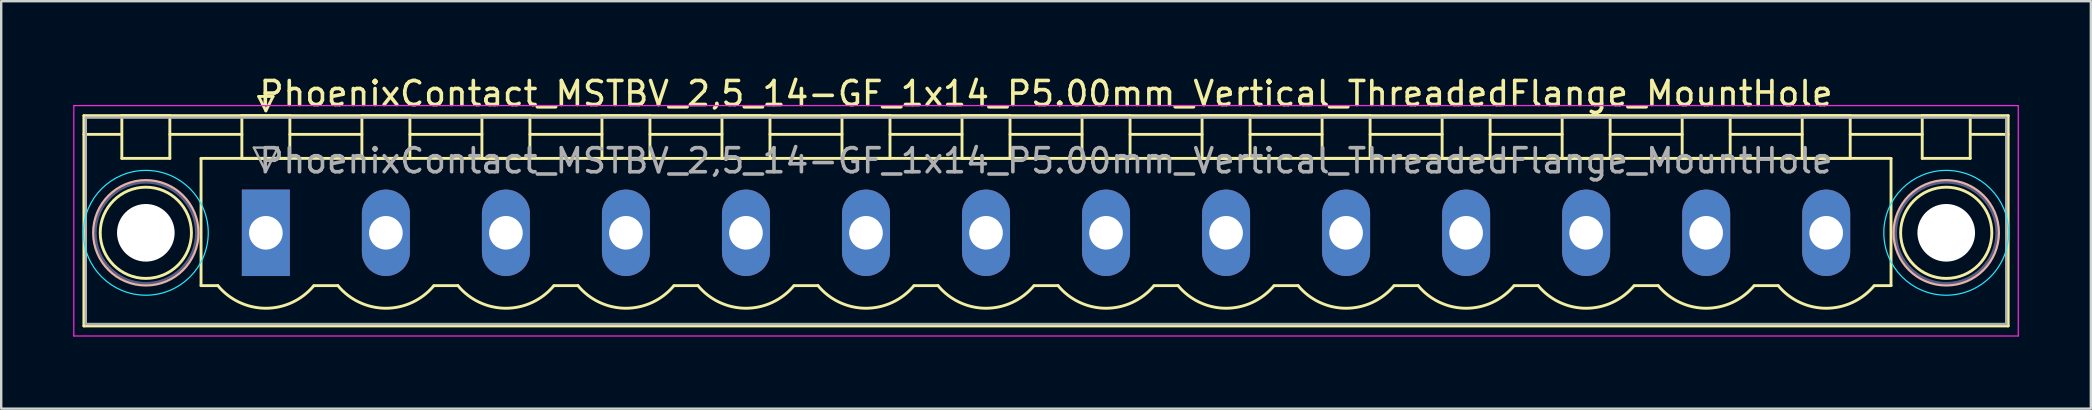
<source format=kicad_pcb>
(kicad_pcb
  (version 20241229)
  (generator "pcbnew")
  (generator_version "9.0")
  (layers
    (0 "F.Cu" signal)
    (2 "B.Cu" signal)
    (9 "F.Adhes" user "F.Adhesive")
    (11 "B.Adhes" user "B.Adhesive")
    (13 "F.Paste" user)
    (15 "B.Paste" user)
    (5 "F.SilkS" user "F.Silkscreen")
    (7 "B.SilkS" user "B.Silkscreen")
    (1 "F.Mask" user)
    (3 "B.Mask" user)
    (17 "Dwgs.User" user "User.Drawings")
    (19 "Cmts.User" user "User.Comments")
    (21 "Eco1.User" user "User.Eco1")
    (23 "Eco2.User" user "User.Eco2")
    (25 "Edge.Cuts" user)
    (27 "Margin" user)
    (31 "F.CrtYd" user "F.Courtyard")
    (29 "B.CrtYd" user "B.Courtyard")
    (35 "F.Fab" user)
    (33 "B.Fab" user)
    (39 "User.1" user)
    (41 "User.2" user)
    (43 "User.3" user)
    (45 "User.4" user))
  (footprint "PhoenixContact_MSTBV_2,5_14-GF_1x14_P5.00mm_Vertical_ThreadedFlange_MountHole"
    (layer "F.Cu")
    (at 8.025 6.648)
    (property "Reference" "PhoenixContact_MSTBV_2,5_14-GF_1x14_P5.00mm_Vertical_ThreadedFlange_MountHole" (at 32.5 -5.8 0) (layer "F.SilkS") (effects (font (size 1 1) (thickness 0.15))))
    (attr through_hole)
    (fp_line (start -7.58 -4.88) (end -7.58 3.88) (stroke (width 0.12) (type solid)) (layer "F.SilkS"))
    (fp_line (start -7.58 -4.1) (end -6.08 -4.1) (stroke (width 0.12) (type solid)) (layer "F.SilkS"))
    (fp_line (start -7.58 3.88) (end 72.58 3.88) (stroke (width 0.12) (type solid)) (layer "F.SilkS"))
    (fp_line (start -6 -4.88) (end -4 -4.88) (stroke (width 0.12) (type solid)) (layer "F.SilkS"))
    (fp_line (start -6 -3.1) (end -6 -4.88) (stroke (width 0.12) (type solid)) (layer "F.SilkS"))
    (fp_line (start -4 -4.88) (end -4 -3.1) (stroke (width 0.12) (type solid)) (layer "F.SilkS"))
    (fp_line (start -4 -4.1) (end -1 -4.1) (stroke (width 0.12) (type solid)) (layer "F.SilkS"))
    (fp_line (start -4 -3.1) (end -6 -3.1) (stroke (width 0.12) (type solid)) (layer "F.SilkS"))
    (fp_line (start -2.7 -3.1) (end 67.7 -3.1) (stroke (width 0.12) (type solid)) (layer "F.SilkS"))
    (fp_line (start -2.7 2.2) (end -2.7 -3.1) (stroke (width 0.12) (type solid)) (layer "F.SilkS"))
    (fp_line (start -2 2.2) (end -2.7 2.2) (stroke (width 0.12) (type solid)) (layer "F.SilkS"))
    (fp_line (start -1 -4.88) (end 1 -4.88) (stroke (width 0.12) (type solid)) (layer "F.SilkS"))
    (fp_line (start -1 -3.1) (end -1 -4.88) (stroke (width 0.12) (type solid)) (layer "F.SilkS"))
    (fp_line (start -0.3 -5.68) (end 0.3 -5.68) (stroke (width 0.12) (type solid)) (layer "F.SilkS"))
    (fp_line (start 0 -5.08) (end -0.3 -5.68) (stroke (width 0.12) (type solid)) (layer "F.SilkS"))
    (fp_line (start 0.3 -5.68) (end 0 -5.08) (stroke (width 0.12) (type solid)) (layer "F.SilkS"))
    (fp_line (start 1 -4.88) (end 1 -3.1) (stroke (width 0.12) (type solid)) (layer "F.SilkS"))
    (fp_line (start 1 -4.1) (end 4 -4.1) (stroke (width 0.12) (type solid)) (layer "F.SilkS"))
    (fp_line (start 1 -3.1) (end -1 -3.1) (stroke (width 0.12) (type solid)) (layer "F.SilkS"))
    (fp_line (start 2 2.2) (end 3 2.2) (stroke (width 0.12) (type solid)) (layer "F.SilkS"))
    (fp_line (start 4 -4.88) (end 6 -4.88) (stroke (width 0.12) (type solid)) (layer "F.SilkS"))
    (fp_line (start 4 -3.1) (end 4 -4.88) (stroke (width 0.12) (type solid)) (layer "F.SilkS"))
    (fp_line (start 6 -4.88) (end 6 -3.1) (stroke (width 0.12) (type solid)) (layer "F.SilkS"))
    (fp_line (start 6 -4.1) (end 9 -4.1) (stroke (width 0.12) (type solid)) (layer "F.SilkS"))
    (fp_line (start 6 -3.1) (end 4 -3.1) (stroke (width 0.12) (type solid)) (layer "F.SilkS"))
    (fp_line (start 7 2.2) (end 8 2.2) (stroke (width 0.12) (type solid)) (layer "F.SilkS"))
    (fp_line (start 9 -4.88) (end 11 -4.88) (stroke (width 0.12) (type solid)) (layer "F.SilkS"))
    (fp_line (start 9 -3.1) (end 9 -4.88) (stroke (width 0.12) (type solid)) (layer "F.SilkS"))
    (fp_line (start 11 -4.88) (end 11 -3.1) (stroke (width 0.12) (type solid)) (layer "F.SilkS"))
    (fp_line (start 11 -4.1) (end 14 -4.1) (stroke (width 0.12) (type solid)) (layer "F.SilkS"))
    (fp_line (start 11 -3.1) (end 9 -3.1) (stroke (width 0.12) (type solid)) (layer "F.SilkS"))
    (fp_line (start 12 2.2) (end 13 2.2) (stroke (width 0.12) (type solid)) (layer "F.SilkS"))
    (fp_line (start 14 -4.88) (end 16 -4.88) (stroke (width 0.12) (type solid)) (layer "F.SilkS"))
    (fp_line (start 14 -3.1) (end 14 -4.88) (stroke (width 0.12) (type solid)) (layer "F.SilkS"))
    (fp_line (start 16 -4.88) (end 16 -3.1) (stroke (width 0.12) (type solid)) (layer "F.SilkS"))
    (fp_line (start 16 -4.1) (end 19 -4.1) (stroke (width 0.12) (type solid)) (layer "F.SilkS"))
    (fp_line (start 16 -3.1) (end 14 -3.1) (stroke (width 0.12) (type solid)) (layer "F.SilkS"))
    (fp_line (start 17 2.2) (end 18 2.2) (stroke (width 0.12) (type solid)) (layer "F.SilkS"))
    (fp_line (start 19 -4.88) (end 21 -4.88) (stroke (width 0.12) (type solid)) (layer "F.SilkS"))
    (fp_line (start 19 -3.1) (end 19 -4.88) (stroke (width 0.12) (type solid)) (layer "F.SilkS"))
    (fp_line (start 21 -4.88) (end 21 -3.1) (stroke (width 0.12) (type solid)) (layer "F.SilkS"))
    (fp_line (start 21 -4.1) (end 24 -4.1) (stroke (width 0.12) (type solid)) (layer "F.SilkS"))
    (fp_line (start 21 -3.1) (end 19 -3.1) (stroke (width 0.12) (type solid)) (layer "F.SilkS"))
    (fp_line (start 22 2.2) (end 23 2.2) (stroke (width 0.12) (type solid)) (layer "F.SilkS"))
    (fp_line (start 24 -4.88) (end 26 -4.88) (stroke (width 0.12) (type solid)) (layer "F.SilkS"))
    (fp_line (start 24 -3.1) (end 24 -4.88) (stroke (width 0.12) (type solid)) (layer "F.SilkS"))
    (fp_line (start 26 -4.88) (end 26 -3.1) (stroke (width 0.12) (type solid)) (layer "F.SilkS"))
    (fp_line (start 26 -4.1) (end 29 -4.1) (stroke (width 0.12) (type solid)) (layer "F.SilkS"))
    (fp_line (start 26 -3.1) (end 24 -3.1) (stroke (width 0.12) (type solid)) (layer "F.SilkS"))
    (fp_line (start 27 2.2) (end 28 2.2) (stroke (width 0.12) (type solid)) (layer "F.SilkS"))
    (fp_line (start 29 -4.88) (end 31 -4.88) (stroke (width 0.12) (type solid)) (layer "F.SilkS"))
    (fp_line (start 29 -3.1) (end 29 -4.88) (stroke (width 0.12) (type solid)) (layer "F.SilkS"))
    (fp_line (start 31 -4.88) (end 31 -3.1) (stroke (width 0.12) (type solid)) (layer "F.SilkS"))
    (fp_line (start 31 -4.1) (end 34 -4.1) (stroke (width 0.12) (type solid)) (layer "F.SilkS"))
    (fp_line (start 31 -3.1) (end 29 -3.1) (stroke (width 0.12) (type solid)) (layer "F.SilkS"))
    (fp_line (start 32 2.2) (end 33 2.2) (stroke (width 0.12) (type solid)) (layer "F.SilkS"))
    (fp_line (start 34 -4.88) (end 36 -4.88) (stroke (width 0.12) (type solid)) (layer "F.SilkS"))
    (fp_line (start 34 -3.1) (end 34 -4.88) (stroke (width 0.12) (type solid)) (layer "F.SilkS"))
    (fp_line (start 36 -4.88) (end 36 -3.1) (stroke (width 0.12) (type solid)) (layer "F.SilkS"))
    (fp_line (start 36 -4.1) (end 39 -4.1) (stroke (width 0.12) (type solid)) (layer "F.SilkS"))
    (fp_line (start 36 -3.1) (end 34 -3.1) (stroke (width 0.12) (type solid)) (layer "F.SilkS"))
    (fp_line (start 37 2.2) (end 38 2.2) (stroke (width 0.12) (type solid)) (layer "F.SilkS"))
    (fp_line (start 39 -4.88) (end 41 -4.88) (stroke (width 0.12) (type solid)) (layer "F.SilkS"))
    (fp_line (start 39 -3.1) (end 39 -4.88) (stroke (width 0.12) (type solid)) (layer "F.SilkS"))
    (fp_line (start 41 -4.88) (end 41 -3.1) (stroke (width 0.12) (type solid)) (layer "F.SilkS"))
    (fp_line (start 41 -4.1) (end 44 -4.1) (stroke (width 0.12) (type solid)) (layer "F.SilkS"))
    (fp_line (start 41 -3.1) (end 39 -3.1) (stroke (width 0.12) (type solid)) (layer "F.SilkS"))
    (fp_line (start 42 2.2) (end 43 2.2) (stroke (width 0.12) (type solid)) (layer "F.SilkS"))
    (fp_line (start 44 -4.88) (end 46 -4.88) (stroke (width 0.12) (type solid)) (layer "F.SilkS"))
    (fp_line (start 44 -3.1) (end 44 -4.88) (stroke (width 0.12) (type solid)) (layer "F.SilkS"))
    (fp_line (start 46 -4.88) (end 46 -3.1) (stroke (width 0.12) (type solid)) (layer "F.SilkS"))
    (fp_line (start 46 -4.1) (end 49 -4.1) (stroke (width 0.12) (type solid)) (layer "F.SilkS"))
    (fp_line (start 46 -3.1) (end 44 -3.1) (stroke (width 0.12) (type solid)) (layer "F.SilkS"))
    (fp_line (start 47 2.2) (end 48 2.2) (stroke (width 0.12) (type solid)) (layer "F.SilkS"))
    (fp_line (start 49 -4.88) (end 51 -4.88) (stroke (width 0.12) (type solid)) (layer "F.SilkS"))
    (fp_line (start 49 -3.1) (end 49 -4.88) (stroke (width 0.12) (type solid)) (layer "F.SilkS"))
    (fp_line (start 51 -4.88) (end 51 -3.1) (stroke (width 0.12) (type solid)) (layer "F.SilkS"))
    (fp_line (start 51 -4.1) (end 54 -4.1) (stroke (width 0.12) (type solid)) (layer "F.SilkS"))
    (fp_line (start 51 -3.1) (end 49 -3.1) (stroke (width 0.12) (type solid)) (layer "F.SilkS"))
    (fp_line (start 52 2.2) (end 53 2.2) (stroke (width 0.12) (type solid)) (layer "F.SilkS"))
    (fp_line (start 54 -4.88) (end 56 -4.88) (stroke (width 0.12) (type solid)) (layer "F.SilkS"))
    (fp_line (start 54 -3.1) (end 54 -4.88) (stroke (width 0.12) (type solid)) (layer "F.SilkS"))
    (fp_line (start 56 -4.88) (end 56 -3.1) (stroke (width 0.12) (type solid)) (layer "F.SilkS"))
    (fp_line (start 56 -4.1) (end 59 -4.1) (stroke (width 0.12) (type solid)) (layer "F.SilkS"))
    (fp_line (start 56 -3.1) (end 54 -3.1) (stroke (width 0.12) (type solid)) (layer "F.SilkS"))
    (fp_line (start 57 2.2) (end 58 2.2) (stroke (width 0.12) (type solid)) (layer "F.SilkS"))
    (fp_line (start 59 -4.88) (end 61 -4.88) (stroke (width 0.12) (type solid)) (layer "F.SilkS"))
    (fp_line (start 59 -3.1) (end 59 -4.88) (stroke (width 0.12) (type solid)) (layer "F.SilkS"))
    (fp_line (start 61 -4.88) (end 61 -3.1) (stroke (width 0.12) (type solid)) (layer "F.SilkS"))
    (fp_line (start 61 -4.1) (end 64 -4.1) (stroke (width 0.12) (type solid)) (layer "F.SilkS"))
    (fp_line (start 61 -3.1) (end 59 -3.1) (stroke (width 0.12) (type solid)) (layer "F.SilkS"))
    (fp_line (start 62 2.2) (end 63 2.2) (stroke (width 0.12) (type solid)) (layer "F.SilkS"))
    (fp_line (start 64 -4.88) (end 66 -4.88) (stroke (width 0.12) (type solid)) (layer "F.SilkS"))
    (fp_line (start 64 -3.1) (end 64 -4.88) (stroke (width 0.12) (type solid)) (layer "F.SilkS"))
    (fp_line (start 66 -4.88) (end 66 -3.1) (stroke (width 0.12) (type solid)) (layer "F.SilkS"))
    (fp_line (start 66 -4.1) (end 69 -4.1) (stroke (width 0.12) (type solid)) (layer "F.SilkS"))
    (fp_line (start 66 -3.1) (end 64 -3.1) (stroke (width 0.12) (type solid)) (layer "F.SilkS"))
    (fp_line (start 67.7 -3.1) (end 67.7 2.2) (stroke (width 0.12) (type solid)) (layer "F.SilkS"))
    (fp_line (start 67.7 2.2) (end 67 2.2) (stroke (width 0.12) (type solid)) (layer "F.SilkS"))
    (fp_line (start 69 -4.88) (end 71 -4.88) (stroke (width 0.12) (type solid)) (layer "F.SilkS"))
    (fp_line (start 69 -3.1) (end 69 -4.88) (stroke (width 0.12) (type solid)) (layer "F.SilkS"))
    (fp_line (start 71 -4.88) (end 71 -3.1) (stroke (width 0.12) (type solid)) (layer "F.SilkS"))
    (fp_line (start 71 -3.1) (end 69 -3.1) (stroke (width 0.12) (type solid)) (layer "F.SilkS"))
    (fp_line (start 72.58 -4.88) (end -7.58 -4.88) (stroke (width 0.12) (type solid)) (layer "F.SilkS"))
    (fp_line (start 72.58 -4.1) (end 71.08 -4.1) (stroke (width 0.12) (type solid)) (layer "F.SilkS"))
    (fp_line (start 72.58 3.88) (end 72.58 -4.88) (stroke (width 0.12) (type solid)) (layer "F.SilkS"))
    (fp_arc (start 1.986842 2.215821) (mid -0.010289 3.142758) (end -2 2.2) (stroke (width 0.12) (type solid)) (layer "F.SilkS"))
    (fp_arc (start 6.986842 2.215821) (mid 4.989711 3.142758) (end 3 2.2) (stroke (width 0.12) (type solid)) (layer "F.SilkS"))
    (fp_arc (start 11.986842 2.215821) (mid 9.989711 3.142758) (end 8 2.2) (stroke (width 0.12) (type solid)) (layer "F.SilkS"))
    (fp_arc (start 16.986842 2.215821) (mid 14.989711 3.142758) (end 13 2.2) (stroke (width 0.12) (type solid)) (layer "F.SilkS"))
    (fp_arc (start 21.986842 2.215821) (mid 19.989711 3.142758) (end 18 2.2) (stroke (width 0.12) (type solid)) (layer "F.SilkS"))
    (fp_arc (start 26.986842 2.215821) (mid 24.989711 3.142758) (end 23 2.2) (stroke (width 0.12) (type solid)) (layer "F.SilkS"))
    (fp_arc (start 31.986842 2.215821) (mid 29.989711 3.142758) (end 28 2.2) (stroke (width 0.12) (type solid)) (layer "F.SilkS"))
    (fp_arc (start 36.986842 2.215821) (mid 34.989711 3.142758) (end 33 2.2) (stroke (width 0.12) (type solid)) (layer "F.SilkS"))
    (fp_arc (start 41.986842 2.215821) (mid 39.989711 3.142758) (end 38 2.2) (stroke (width 0.12) (type solid)) (layer "F.SilkS"))
    (fp_arc (start 46.986842 2.215821) (mid 44.989711 3.142758) (end 43 2.2) (stroke (width 0.12) (type solid)) (layer "F.SilkS"))
    (fp_arc (start 51.986842 2.215821) (mid 49.989711 3.142758) (end 48 2.2) (stroke (width 0.12) (type solid)) (layer "F.SilkS"))
    (fp_arc (start 56.986842 2.215821) (mid 54.989711 3.142758) (end 53 2.2) (stroke (width 0.12) (type solid)) (layer "F.SilkS"))
    (fp_arc (start 61.986842 2.215821) (mid 59.989711 3.142758) (end 58 2.2) (stroke (width 0.12) (type solid)) (layer "F.SilkS"))
    (fp_arc (start 66.986842 2.215821) (mid 64.989711 3.142758) (end 63 2.2) (stroke (width 0.12) (type solid)) (layer "F.SilkS"))
    (fp_circle (center -5 0) (end -3.1 0) (stroke (width 0.12) (type solid)) (fill no) (layer "F.SilkS"))
    (fp_circle (center 70 0) (end 71.9 0) (stroke (width 0.12) (type solid)) (fill no) (layer "F.SilkS"))
    (fp_circle (center -5 0) (end -2.82 0) (stroke (width 0.12) (type solid)) (fill no) (layer "B.SilkS"))
    (fp_circle (center 70 0) (end 72.18 0) (stroke (width 0.12) (type solid)) (fill no) (layer "B.SilkS"))
    (fp_circle (center -5 0) (end -2.4 0) (stroke (width 0.05) (type solid)) (fill no) (layer "B.CrtYd"))
    (fp_circle (center 70 0) (end 72.6 0) (stroke (width 0.05) (type solid)) (fill no) (layer "B.CrtYd"))
    (fp_line (start -8 -5.3) (end -8 4.3) (stroke (width 0.05) (type solid)) (layer "F.CrtYd"))
    (fp_line (start -8 4.3) (end 73 4.3) (stroke (width 0.05) (type solid)) (layer "F.CrtYd"))
    (fp_line (start 73 -5.3) (end -8 -5.3) (stroke (width 0.05) (type solid)) (layer "F.CrtYd"))
    (fp_line (start 73 4.3) (end 73 -5.3) (stroke (width 0.05) (type solid)) (layer "F.CrtYd"))
    (fp_circle (center -5 0) (end -2.9 0) (stroke (width 0.1) (type solid)) (fill no) (layer "B.Fab"))
    (fp_circle (center 70 0) (end 72.1 0) (stroke (width 0.1) (type solid)) (fill no) (layer "B.Fab"))
    (fp_line (start -7.5 -4.8) (end -7.5 3.8) (stroke (width 0.1) (type solid)) (layer "F.Fab"))
    (fp_line (start -7.5 3.8) (end 72.5 3.8) (stroke (width 0.1) (type solid)) (layer "F.Fab"))
    (fp_line (start -0.5 -3.55) (end 0.5 -3.55) (stroke (width 0.1) (type solid)) (layer "F.Fab"))
    (fp_line (start 0 -2.55) (end -0.5 -3.55) (stroke (width 0.1) (type solid)) (layer "F.Fab"))
    (fp_line (start 0.5 -3.55) (end 0 -2.55) (stroke (width 0.1) (type solid)) (layer "F.Fab"))
    (fp_line (start 72.5 -4.8) (end -7.5 -4.8) (stroke (width 0.1) (type solid)) (layer "F.Fab"))
    (fp_line (start 72.5 3.8) (end 72.5 -4.8) (stroke (width 0.1) (type solid)) (layer "F.Fab"))
    (fp_text user "${REFERENCE}" (at 32.5 -3 0) (layer "F.Fab") (effects (font (size 1 1) (thickness 0.15))))
    (pad "" np_thru_hole circle (at -5 0) (size 2.4 2.4) (drill 2.4) (layers "*.Cu" "*.Mask"))
    (pad "" np_thru_hole circle (at 70 0) (size 2.4 2.4) (drill 2.4) (layers "*.Cu" "*.Mask"))
    (pad "1" thru_hole rect (at 0 0) (size 2 3.6) (drill 1.4) (layers "*.Cu" "*.Mask"))
    (pad "2" thru_hole oval (at 5 0) (size 2 3.6) (drill 1.4) (layers "*.Cu" "*.Mask"))
    (pad "3" thru_hole oval (at 10 0) (size 2 3.6) (drill 1.4) (layers "*.Cu" "*.Mask"))
    (pad "4" thru_hole oval (at 15 0) (size 2 3.6) (drill 1.4) (layers "*.Cu" "*.Mask"))
    (pad "5" thru_hole oval (at 20 0) (size 2 3.6) (drill 1.4) (layers "*.Cu" "*.Mask"))
    (pad "6" thru_hole oval (at 25 0) (size 2 3.6) (drill 1.4) (layers "*.Cu" "*.Mask"))
    (pad "7" thru_hole oval (at 30 0) (size 2 3.6) (drill 1.4) (layers "*.Cu" "*.Mask"))
    (pad "8" thru_hole oval (at 35 0) (size 2 3.6) (drill 1.4) (layers "*.Cu" "*.Mask"))
    (pad "9" thru_hole oval (at 40 0) (size 2 3.6) (drill 1.4) (layers "*.Cu" "*.Mask"))
    (pad "10" thru_hole oval (at 45 0) (size 2 3.6) (drill 1.4) (layers "*.Cu" "*.Mask"))
    (pad "11" thru_hole oval (at 50 0) (size 2 3.6) (drill 1.4) (layers "*.Cu" "*.Mask"))
    (pad "12" thru_hole oval (at 55 0) (size 2 3.6) (drill 1.4) (layers "*.Cu" "*.Mask"))
    (pad "13" thru_hole oval (at 60 0) (size 2 3.6) (drill 1.4) (layers "*.Cu" "*.Mask"))
    (pad "14" thru_hole oval (at 65 0) (size 2 3.6) (drill 1.4) (layers "*.Cu" "*.Mask")))
  (gr_rect
    (start -3 -3)
    (end 84.05 13.973)
    (stroke (width 0.1) (type default))
    (fill no)
    (layer "Edge.Cuts")))
</source>
